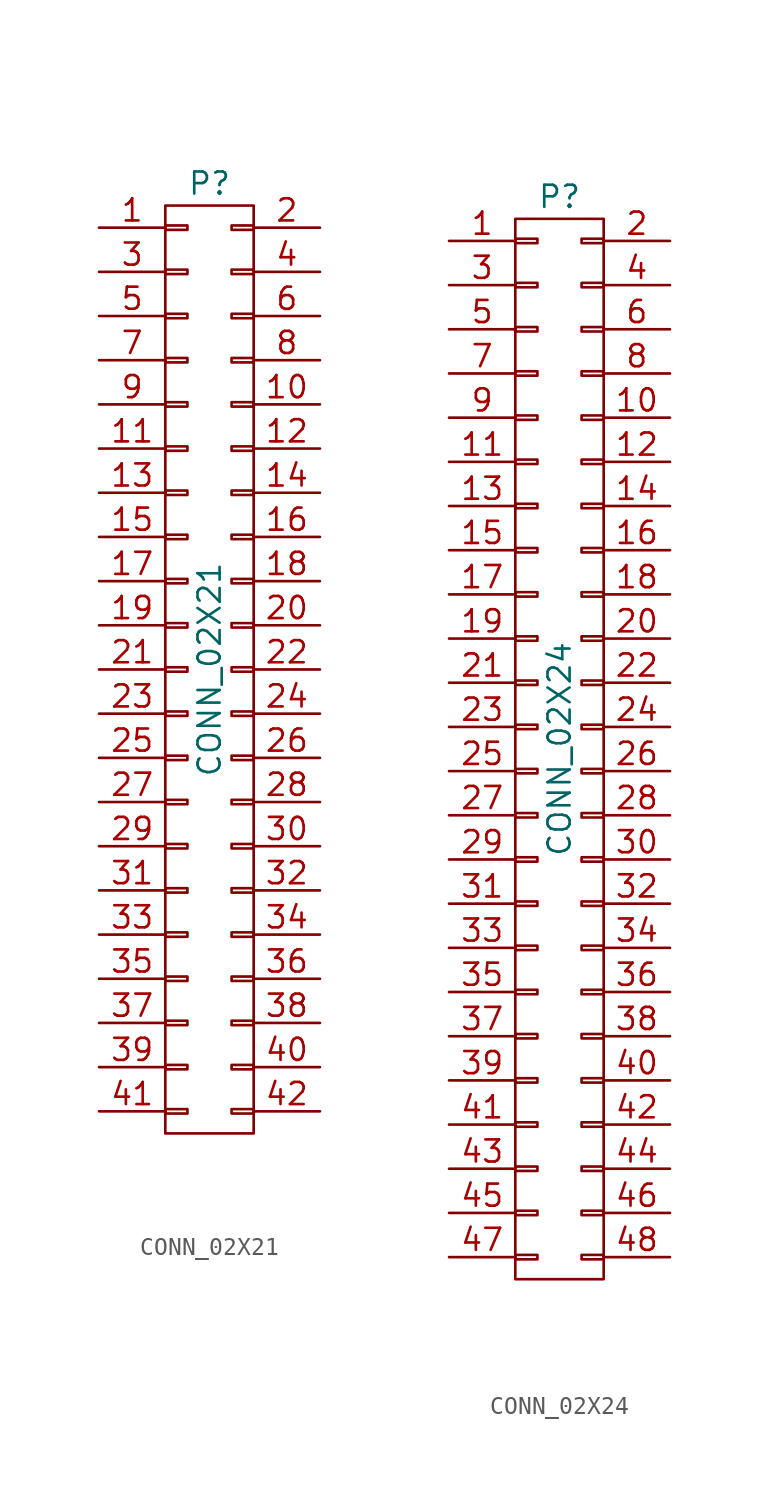
<source format=kicad_sym>
(kicad_symbol_lib
  (version 20211014)
  (generator kicad_symbol_editor)
  (symbol "CONN_02X21"
    (pin_names
      (offset 0.025) hide)
    (property "Reference" "P"
      (at 0 27.94 0)
      (effects (font (size 1.27 1.27))))
    (property "Value" "CONN_02X21"
      (at 0 0 90)
      (effects (font (size 1.27 1.27))))
    (property "Footprint" ""
      (at 0 -24.13 0)
      (effects (font (size 1.27 1.27))))
    (property "Datasheet" ""
      (at 0 -24.13 0)
      (effects (font (size 1.27 1.27))))
    (symbol "CONN_02X21_0_1"
      (rectangle (start -2.54 -25.273) (end -1.27 -25.527) (stroke (width 0) (type default) (color 0 0 0 0)) (fill (type none)))
      (rectangle (start -2.54 -22.733) (end -1.27 -22.987) (stroke (width 0) (type default) (color 0 0 0 0)) (fill (type none)))
      (rectangle (start -2.54 -20.193) (end -1.27 -20.447) (stroke (width 0) (type default) (color 0 0 0 0)) (fill (type none)))
      (rectangle (start -2.54 -17.653) (end -1.27 -17.907) (stroke (width 0) (type default) (color 0 0 0 0)) (fill (type none)))
      (rectangle (start -2.54 -15.113) (end -1.27 -15.367) (stroke (width 0) (type default) (color 0 0 0 0)) (fill (type none)))
      (rectangle (start -2.54 -12.573) (end -1.27 -12.827) (stroke (width 0) (type default) (color 0 0 0 0)) (fill (type none)))
      (rectangle (start -2.54 -10.033) (end -1.27 -10.287) (stroke (width 0) (type default) (color 0 0 0 0)) (fill (type none)))
      (rectangle (start -2.54 -7.493) (end -1.27 -7.747) (stroke (width 0) (type default) (color 0 0 0 0)) (fill (type none)))
      (rectangle (start -2.54 -4.953) (end -1.27 -5.207) (stroke (width 0) (type default) (color 0 0 0 0)) (fill (type none)))
      (rectangle (start -2.54 -2.413) (end -1.27 -2.667) (stroke (width 0) (type default) (color 0 0 0 0)) (fill (type none)))
      (rectangle (start -2.54 0.127) (end -1.27 -0.127) (stroke (width 0) (type default) (color 0 0 0 0)) (fill (type none)))
      (rectangle (start -2.54 2.667) (end -1.27 2.413) (stroke (width 0) (type default) (color 0 0 0 0)) (fill (type none)))
      (rectangle (start -2.54 5.207) (end -1.27 4.953) (stroke (width 0) (type default) (color 0 0 0 0)) (fill (type none)))
      (rectangle (start -2.54 7.747) (end -1.27 7.493) (stroke (width 0) (type default) (color 0 0 0 0)) (fill (type none)))
      (rectangle (start -2.54 10.287) (end -1.27 10.033) (stroke (width 0) (type default) (color 0 0 0 0)) (fill (type none)))
      (rectangle (start -2.54 12.827) (end -1.27 12.573) (stroke (width 0) (type default) (color 0 0 0 0)) (fill (type none)))
      (rectangle (start -2.54 15.367) (end -1.27 15.113) (stroke (width 0) (type default) (color 0 0 0 0)) (fill (type none)))
      (rectangle (start -2.54 17.907) (end -1.27 17.653) (stroke (width 0) (type default) (color 0 0 0 0)) (fill (type none)))
      (rectangle (start -2.54 20.447) (end -1.27 20.193) (stroke (width 0) (type default) (color 0 0 0 0)) (fill (type none)))
      (rectangle (start -2.54 22.987) (end -1.27 22.733) (stroke (width 0) (type default) (color 0 0 0 0)) (fill (type none)))
      (rectangle (start -2.54 25.527) (end -1.27 25.273) (stroke (width 0) (type default) (color 0 0 0 0)) (fill (type none)))
      (rectangle (start -2.54 26.67) (end 2.54 -26.67) (stroke (width 0) (type default) (color 0 0 0 0)) (fill (type none)))
      (rectangle (start 1.27 -25.273) (end 2.54 -25.527) (stroke (width 0) (type default) (color 0 0 0 0)) (fill (type none)))
      (rectangle (start 1.27 -22.733) (end 2.54 -22.987) (stroke (width 0) (type default) (color 0 0 0 0)) (fill (type none)))
      (rectangle (start 1.27 -20.193) (end 2.54 -20.447) (stroke (width 0) (type default) (color 0 0 0 0)) (fill (type none)))
      (rectangle (start 1.27 -17.653) (end 2.54 -17.907) (stroke (width 0) (type default) (color 0 0 0 0)) (fill (type none)))
      (rectangle (start 1.27 -15.113) (end 2.54 -15.367) (stroke (width 0) (type default) (color 0 0 0 0)) (fill (type none)))
      (rectangle (start 1.27 -12.573) (end 2.54 -12.827) (stroke (width 0) (type default) (color 0 0 0 0)) (fill (type none)))
      (rectangle (start 1.27 -10.033) (end 2.54 -10.287) (stroke (width 0) (type default) (color 0 0 0 0)) (fill (type none)))
      (rectangle (start 1.27 -7.493) (end 2.54 -7.747) (stroke (width 0) (type default) (color 0 0 0 0)) (fill (type none)))
      (rectangle (start 1.27 -4.953) (end 2.54 -5.207) (stroke (width 0) (type default) (color 0 0 0 0)) (fill (type none)))
      (rectangle (start 1.27 -2.413) (end 2.54 -2.667) (stroke (width 0) (type default) (color 0 0 0 0)) (fill (type none)))
      (rectangle (start 1.27 0.127) (end 2.54 -0.127) (stroke (width 0) (type default) (color 0 0 0 0)) (fill (type none)))
      (rectangle (start 1.27 2.667) (end 2.54 2.413) (stroke (width 0) (type default) (color 0 0 0 0)) (fill (type none)))
      (rectangle (start 1.27 5.207) (end 2.54 4.953) (stroke (width 0) (type default) (color 0 0 0 0)) (fill (type none)))
      (rectangle (start 1.27 7.747) (end 2.54 7.493) (stroke (width 0) (type default) (color 0 0 0 0)) (fill (type none)))
      (rectangle (start 1.27 10.287) (end 2.54 10.033) (stroke (width 0) (type default) (color 0 0 0 0)) (fill (type none)))
      (rectangle (start 1.27 12.827) (end 2.54 12.573) (stroke (width 0) (type default) (color 0 0 0 0)) (fill (type none)))
      (rectangle (start 1.27 15.367) (end 2.54 15.113) (stroke (width 0) (type default) (color 0 0 0 0)) (fill (type none)))
      (rectangle (start 1.27 17.907) (end 2.54 17.653) (stroke (width 0) (type default) (color 0 0 0 0)) (fill (type none)))
      (rectangle (start 1.27 20.447) (end 2.54 20.193) (stroke (width 0) (type default) (color 0 0 0 0)) (fill (type none)))
      (rectangle (start 1.27 22.987) (end 2.54 22.733) (stroke (width 0) (type default) (color 0 0 0 0)) (fill (type none)))
      (rectangle (start 1.27 25.527) (end 2.54 25.273) (stroke (width 0) (type default) (color 0 0 0 0)) (fill (type none))))
    (symbol "CONN_02X21_1_1"
      (pin passive line (at -6.35 25.4 0) (length 3.81) (name "P1" (effects (font (size 1.27 1.27)))) (number "1" (effects (font (size 1.27 1.27)))))
      (pin passive line (at 6.35 15.24 180) (length 3.81) (name "P10" (effects (font (size 1.27 1.27)))) (number "10" (effects (font (size 1.27 1.27)))))
      (pin passive line (at -6.35 12.7 0) (length 3.81) (name "P11" (effects (font (size 1.27 1.27)))) (number "11" (effects (font (size 1.27 1.27)))))
      (pin passive line (at 6.35 12.7 180) (length 3.81) (name "P12" (effects (font (size 1.27 1.27)))) (number "12" (effects (font (size 1.27 1.27)))))
      (pin passive line (at -6.35 10.16 0) (length 3.81) (name "P13" (effects (font (size 1.27 1.27)))) (number "13" (effects (font (size 1.27 1.27)))))
      (pin passive line (at 6.35 10.16 180) (length 3.81) (name "P14" (effects (font (size 1.27 1.27)))) (number "14" (effects (font (size 1.27 1.27)))))
      (pin passive line (at -6.35 7.62 0) (length 3.81) (name "P15" (effects (font (size 1.27 1.27)))) (number "15" (effects (font (size 1.27 1.27)))))
      (pin passive line (at 6.35 7.62 180) (length 3.81) (name "P16" (effects (font (size 1.27 1.27)))) (number "16" (effects (font (size 1.27 1.27)))))
      (pin passive line (at -6.35 5.08 0) (length 3.81) (name "P17" (effects (font (size 1.27 1.27)))) (number "17" (effects (font (size 1.27 1.27)))))
      (pin passive line (at 6.35 5.08 180) (length 3.81) (name "P18" (effects (font (size 1.27 1.27)))) (number "18" (effects (font (size 1.27 1.27)))))
      (pin passive line (at -6.35 2.54 0) (length 3.81) (name "P19" (effects (font (size 1.27 1.27)))) (number "19" (effects (font (size 1.27 1.27)))))
      (pin passive line (at 6.35 25.4 180) (length 3.81) (name "P2" (effects (font (size 1.27 1.27)))) (number "2" (effects (font (size 1.27 1.27)))))
      (pin passive line (at 6.35 2.54 180) (length 3.81) (name "P20" (effects (font (size 1.27 1.27)))) (number "20" (effects (font (size 1.27 1.27)))))
      (pin passive line (at -6.35 0 0) (length 3.81) (name "P21" (effects (font (size 1.27 1.27)))) (number "21" (effects (font (size 1.27 1.27)))))
      (pin passive line (at 6.35 0 180) (length 3.81) (name "P22" (effects (font (size 1.27 1.27)))) (number "22" (effects (font (size 1.27 1.27)))))
      (pin passive line (at -6.35 -2.54 0) (length 3.81) (name "P23" (effects (font (size 1.27 1.27)))) (number "23" (effects (font (size 1.27 1.27)))))
      (pin passive line (at 6.35 -2.54 180) (length 3.81) (name "P24" (effects (font (size 1.27 1.27)))) (number "24" (effects (font (size 1.27 1.27)))))
      (pin passive line (at -6.35 -5.08 0) (length 3.81) (name "P25" (effects (font (size 1.27 1.27)))) (number "25" (effects (font (size 1.27 1.27)))))
      (pin passive line (at 6.35 -5.08 180) (length 3.81) (name "P26" (effects (font (size 1.27 1.27)))) (number "26" (effects (font (size 1.27 1.27)))))
      (pin passive line (at -6.35 -7.62 0) (length 3.81) (name "P27" (effects (font (size 1.27 1.27)))) (number "27" (effects (font (size 1.27 1.27)))))
      (pin passive line (at 6.35 -7.62 180) (length 3.81) (name "P28" (effects (font (size 1.27 1.27)))) (number "28" (effects (font (size 1.27 1.27)))))
      (pin passive line (at -6.35 -10.16 0) (length 3.81) (name "P29" (effects (font (size 1.27 1.27)))) (number "29" (effects (font (size 1.27 1.27)))))
      (pin passive line (at -6.35 22.86 0) (length 3.81) (name "P3" (effects (font (size 1.27 1.27)))) (number "3" (effects (font (size 1.27 1.27)))))
      (pin passive line (at 6.35 -10.16 180) (length 3.81) (name "P30" (effects (font (size 1.27 1.27)))) (number "30" (effects (font (size 1.27 1.27)))))
      (pin passive line (at -6.35 -12.7 0) (length 3.81) (name "P31" (effects (font (size 1.27 1.27)))) (number "31" (effects (font (size 1.27 1.27)))))
      (pin passive line (at 6.35 -12.7 180) (length 3.81) (name "P32" (effects (font (size 1.27 1.27)))) (number "32" (effects (font (size 1.27 1.27)))))
      (pin passive line (at -6.35 -15.24 0) (length 3.81) (name "P33" (effects (font (size 1.27 1.27)))) (number "33" (effects (font (size 1.27 1.27)))))
      (pin passive line (at 6.35 -15.24 180) (length 3.81) (name "P34" (effects (font (size 1.27 1.27)))) (number "34" (effects (font (size 1.27 1.27)))))
      (pin passive line (at -6.35 -17.78 0) (length 3.81) (name "P35" (effects (font (size 1.27 1.27)))) (number "35" (effects (font (size 1.27 1.27)))))
      (pin passive line (at 6.35 -17.78 180) (length 3.81) (name "P36" (effects (font (size 1.27 1.27)))) (number "36" (effects (font (size 1.27 1.27)))))
      (pin passive line (at -6.35 -20.32 0) (length 3.81) (name "P37" (effects (font (size 1.27 1.27)))) (number "37" (effects (font (size 1.27 1.27)))))
      (pin passive line (at 6.35 -20.32 180) (length 3.81) (name "P38" (effects (font (size 1.27 1.27)))) (number "38" (effects (font (size 1.27 1.27)))))
      (pin passive line (at -6.35 -22.86 0) (length 3.81) (name "P39" (effects (font (size 1.27 1.27)))) (number "39" (effects (font (size 1.27 1.27)))))
      (pin passive line (at 6.35 22.86 180) (length 3.81) (name "P4" (effects (font (size 1.27 1.27)))) (number "4" (effects (font (size 1.27 1.27)))))
      (pin passive line (at 6.35 -22.86 180) (length 3.81) (name "P40" (effects (font (size 1.27 1.27)))) (number "40" (effects (font (size 1.27 1.27)))))
      (pin passive line (at -6.35 -25.4 0) (length 3.81) (name "P41" (effects (font (size 1.27 1.27)))) (number "41" (effects (font (size 1.27 1.27)))))
      (pin passive line (at 6.35 -25.4 180) (length 3.81) (name "P42" (effects (font (size 1.27 1.27)))) (number "42" (effects (font (size 1.27 1.27)))))
      (pin passive line (at -6.35 20.32 0) (length 3.81) (name "P5" (effects (font (size 1.27 1.27)))) (number "5" (effects (font (size 1.27 1.27)))))
      (pin passive line (at 6.35 20.32 180) (length 3.81) (name "P6" (effects (font (size 1.27 1.27)))) (number "6" (effects (font (size 1.27 1.27)))))
      (pin passive line (at -6.35 17.78 0) (length 3.81) (name "P7" (effects (font (size 1.27 1.27)))) (number "7" (effects (font (size 1.27 1.27)))))
      (pin passive line (at 6.35 17.78 180) (length 3.81) (name "P8" (effects (font (size 1.27 1.27)))) (number "8" (effects (font (size 1.27 1.27)))))
      (pin passive line (at -6.35 15.24 0) (length 3.81) (name "P9" (effects (font (size 1.27 1.27)))) (number "9" (effects (font (size 1.27 1.27)))))))
  (symbol "CONN_02X24"
    (pin_names
      (offset 0.025) hide)
    (property "Reference" "P"
      (at 0 31.75 0)
      (effects (font (size 1.27 1.27))))
    (property "Value" "CONN_02X24"
      (at 0 0 90)
      (effects (font (size 1.27 1.27))))
    (property "Footprint" ""
      (at 0 -20.32 0)
      (effects (font (size 1.27 1.27))))
    (property "Datasheet" ""
      (at 0 -20.32 0)
      (effects (font (size 1.27 1.27))))
    (symbol "CONN_02X24_0_1"
      (rectangle (start -2.54 -29.083) (end -1.27 -29.337) (stroke (width 0) (type default) (color 0 0 0 0)) (fill (type none)))
      (rectangle (start -2.54 -26.543) (end -1.27 -26.797) (stroke (width 0) (type default) (color 0 0 0 0)) (fill (type none)))
      (rectangle (start -2.54 -24.003) (end -1.27 -24.257) (stroke (width 0) (type default) (color 0 0 0 0)) (fill (type none)))
      (rectangle (start -2.54 -21.463) (end -1.27 -21.717) (stroke (width 0) (type default) (color 0 0 0 0)) (fill (type none)))
      (rectangle (start -2.54 -18.923) (end -1.27 -19.177) (stroke (width 0) (type default) (color 0 0 0 0)) (fill (type none)))
      (rectangle (start -2.54 -16.383) (end -1.27 -16.637) (stroke (width 0) (type default) (color 0 0 0 0)) (fill (type none)))
      (rectangle (start -2.54 -13.843) (end -1.27 -14.097) (stroke (width 0) (type default) (color 0 0 0 0)) (fill (type none)))
      (rectangle (start -2.54 -11.303) (end -1.27 -11.557) (stroke (width 0) (type default) (color 0 0 0 0)) (fill (type none)))
      (rectangle (start -2.54 -8.763) (end -1.27 -9.017) (stroke (width 0) (type default) (color 0 0 0 0)) (fill (type none)))
      (rectangle (start -2.54 -6.223) (end -1.27 -6.477) (stroke (width 0) (type default) (color 0 0 0 0)) (fill (type none)))
      (rectangle (start -2.54 -3.683) (end -1.27 -3.937) (stroke (width 0) (type default) (color 0 0 0 0)) (fill (type none)))
      (rectangle (start -2.54 -1.143) (end -1.27 -1.397) (stroke (width 0) (type default) (color 0 0 0 0)) (fill (type none)))
      (rectangle (start -2.54 1.397) (end -1.27 1.143) (stroke (width 0) (type default) (color 0 0 0 0)) (fill (type none)))
      (rectangle (start -2.54 3.937) (end -1.27 3.683) (stroke (width 0) (type default) (color 0 0 0 0)) (fill (type none)))
      (rectangle (start -2.54 6.477) (end -1.27 6.223) (stroke (width 0) (type default) (color 0 0 0 0)) (fill (type none)))
      (rectangle (start -2.54 9.017) (end -1.27 8.763) (stroke (width 0) (type default) (color 0 0 0 0)) (fill (type none)))
      (rectangle (start -2.54 11.557) (end -1.27 11.303) (stroke (width 0) (type default) (color 0 0 0 0)) (fill (type none)))
      (rectangle (start -2.54 14.097) (end -1.27 13.843) (stroke (width 0) (type default) (color 0 0 0 0)) (fill (type none)))
      (rectangle (start -2.54 16.637) (end -1.27 16.383) (stroke (width 0) (type default) (color 0 0 0 0)) (fill (type none)))
      (rectangle (start -2.54 19.177) (end -1.27 18.923) (stroke (width 0) (type default) (color 0 0 0 0)) (fill (type none)))
      (rectangle (start -2.54 21.717) (end -1.27 21.463) (stroke (width 0) (type default) (color 0 0 0 0)) (fill (type none)))
      (rectangle (start -2.54 24.257) (end -1.27 24.003) (stroke (width 0) (type default) (color 0 0 0 0)) (fill (type none)))
      (rectangle (start -2.54 26.797) (end -1.27 26.543) (stroke (width 0) (type default) (color 0 0 0 0)) (fill (type none)))
      (rectangle (start -2.54 29.337) (end -1.27 29.083) (stroke (width 0) (type default) (color 0 0 0 0)) (fill (type none)))
      (rectangle (start -2.54 30.48) (end 2.54 -30.48) (stroke (width 0) (type default) (color 0 0 0 0)) (fill (type none)))
      (rectangle (start 1.27 -29.083) (end 2.54 -29.337) (stroke (width 0) (type default) (color 0 0 0 0)) (fill (type none)))
      (rectangle (start 1.27 -26.543) (end 2.54 -26.797) (stroke (width 0) (type default) (color 0 0 0 0)) (fill (type none)))
      (rectangle (start 1.27 -24.003) (end 2.54 -24.257) (stroke (width 0) (type default) (color 0 0 0 0)) (fill (type none)))
      (rectangle (start 1.27 -21.463) (end 2.54 -21.717) (stroke (width 0) (type default) (color 0 0 0 0)) (fill (type none)))
      (rectangle (start 1.27 -18.923) (end 2.54 -19.177) (stroke (width 0) (type default) (color 0 0 0 0)) (fill (type none)))
      (rectangle (start 1.27 -16.383) (end 2.54 -16.637) (stroke (width 0) (type default) (color 0 0 0 0)) (fill (type none)))
      (rectangle (start 1.27 -13.843) (end 2.54 -14.097) (stroke (width 0) (type default) (color 0 0 0 0)) (fill (type none)))
      (rectangle (start 1.27 -11.303) (end 2.54 -11.557) (stroke (width 0) (type default) (color 0 0 0 0)) (fill (type none)))
      (rectangle (start 1.27 -8.763) (end 2.54 -9.017) (stroke (width 0) (type default) (color 0 0 0 0)) (fill (type none)))
      (rectangle (start 1.27 -6.223) (end 2.54 -6.477) (stroke (width 0) (type default) (color 0 0 0 0)) (fill (type none)))
      (rectangle (start 1.27 -3.683) (end 2.54 -3.937) (stroke (width 0) (type default) (color 0 0 0 0)) (fill (type none)))
      (rectangle (start 1.27 -1.143) (end 2.54 -1.397) (stroke (width 0) (type default) (color 0 0 0 0)) (fill (type none)))
      (rectangle (start 1.27 1.397) (end 2.54 1.143) (stroke (width 0) (type default) (color 0 0 0 0)) (fill (type none)))
      (rectangle (start 1.27 3.937) (end 2.54 3.683) (stroke (width 0) (type default) (color 0 0 0 0)) (fill (type none)))
      (rectangle (start 1.27 6.477) (end 2.54 6.223) (stroke (width 0) (type default) (color 0 0 0 0)) (fill (type none)))
      (rectangle (start 1.27 9.017) (end 2.54 8.763) (stroke (width 0) (type default) (color 0 0 0 0)) (fill (type none)))
      (rectangle (start 1.27 11.557) (end 2.54 11.303) (stroke (width 0) (type default) (color 0 0 0 0)) (fill (type none)))
      (rectangle (start 1.27 14.097) (end 2.54 13.843) (stroke (width 0) (type default) (color 0 0 0 0)) (fill (type none)))
      (rectangle (start 1.27 16.637) (end 2.54 16.383) (stroke (width 0) (type default) (color 0 0 0 0)) (fill (type none)))
      (rectangle (start 1.27 19.177) (end 2.54 18.923) (stroke (width 0) (type default) (color 0 0 0 0)) (fill (type none)))
      (rectangle (start 1.27 21.717) (end 2.54 21.463) (stroke (width 0) (type default) (color 0 0 0 0)) (fill (type none)))
      (rectangle (start 1.27 24.257) (end 2.54 24.003) (stroke (width 0) (type default) (color 0 0 0 0)) (fill (type none)))
      (rectangle (start 1.27 26.797) (end 2.54 26.543) (stroke (width 0) (type default) (color 0 0 0 0)) (fill (type none)))
      (rectangle (start 1.27 29.337) (end 2.54 29.083) (stroke (width 0) (type default) (color 0 0 0 0)) (fill (type none))))
    (symbol "CONN_02X24_1_1"
      (pin passive line (at -6.35 29.21 0) (length 3.81) (name "P1" (effects (font (size 1.27 1.27)))) (number "1" (effects (font (size 1.27 1.27)))))
      (pin passive line (at 6.35 19.05 180) (length 3.81) (name "P10" (effects (font (size 1.27 1.27)))) (number "10" (effects (font (size 1.27 1.27)))))
      (pin passive line (at -6.35 16.51 0) (length 3.81) (name "P11" (effects (font (size 1.27 1.27)))) (number "11" (effects (font (size 1.27 1.27)))))
      (pin passive line (at 6.35 16.51 180) (length 3.81) (name "P12" (effects (font (size 1.27 1.27)))) (number "12" (effects (font (size 1.27 1.27)))))
      (pin passive line (at -6.35 13.97 0) (length 3.81) (name "P13" (effects (font (size 1.27 1.27)))) (number "13" (effects (font (size 1.27 1.27)))))
      (pin passive line (at 6.35 13.97 180) (length 3.81) (name "P14" (effects (font (size 1.27 1.27)))) (number "14" (effects (font (size 1.27 1.27)))))
      (pin passive line (at -6.35 11.43 0) (length 3.81) (name "P15" (effects (font (size 1.27 1.27)))) (number "15" (effects (font (size 1.27 1.27)))))
      (pin passive line (at 6.35 11.43 180) (length 3.81) (name "P16" (effects (font (size 1.27 1.27)))) (number "16" (effects (font (size 1.27 1.27)))))
      (pin passive line (at -6.35 8.89 0) (length 3.81) (name "P17" (effects (font (size 1.27 1.27)))) (number "17" (effects (font (size 1.27 1.27)))))
      (pin passive line (at 6.35 8.89 180) (length 3.81) (name "P18" (effects (font (size 1.27 1.27)))) (number "18" (effects (font (size 1.27 1.27)))))
      (pin passive line (at -6.35 6.35 0) (length 3.81) (name "P19" (effects (font (size 1.27 1.27)))) (number "19" (effects (font (size 1.27 1.27)))))
      (pin passive line (at 6.35 29.21 180) (length 3.81) (name "P2" (effects (font (size 1.27 1.27)))) (number "2" (effects (font (size 1.27 1.27)))))
      (pin passive line (at 6.35 6.35 180) (length 3.81) (name "P20" (effects (font (size 1.27 1.27)))) (number "20" (effects (font (size 1.27 1.27)))))
      (pin passive line (at -6.35 3.81 0) (length 3.81) (name "P21" (effects (font (size 1.27 1.27)))) (number "21" (effects (font (size 1.27 1.27)))))
      (pin passive line (at 6.35 3.81 180) (length 3.81) (name "P22" (effects (font (size 1.27 1.27)))) (number "22" (effects (font (size 1.27 1.27)))))
      (pin passive line (at -6.35 1.27 0) (length 3.81) (name "P23" (effects (font (size 1.27 1.27)))) (number "23" (effects (font (size 1.27 1.27)))))
      (pin passive line (at 6.35 1.27 180) (length 3.81) (name "P24" (effects (font (size 1.27 1.27)))) (number "24" (effects (font (size 1.27 1.27)))))
      (pin passive line (at -6.35 -1.27 0) (length 3.81) (name "P25" (effects (font (size 1.27 1.27)))) (number "25" (effects (font (size 1.27 1.27)))))
      (pin passive line (at 6.35 -1.27 180) (length 3.81) (name "P26" (effects (font (size 1.27 1.27)))) (number "26" (effects (font (size 1.27 1.27)))))
      (pin passive line (at -6.35 -3.81 0) (length 3.81) (name "P27" (effects (font (size 1.27 1.27)))) (number "27" (effects (font (size 1.27 1.27)))))
      (pin passive line (at 6.35 -3.81 180) (length 3.81) (name "P28" (effects (font (size 1.27 1.27)))) (number "28" (effects (font (size 1.27 1.27)))))
      (pin passive line (at -6.35 -6.35 0) (length 3.81) (name "P29" (effects (font (size 1.27 1.27)))) (number "29" (effects (font (size 1.27 1.27)))))
      (pin passive line (at -6.35 26.67 0) (length 3.81) (name "P3" (effects (font (size 1.27 1.27)))) (number "3" (effects (font (size 1.27 1.27)))))
      (pin passive line (at 6.35 -6.35 180) (length 3.81) (name "P30" (effects (font (size 1.27 1.27)))) (number "30" (effects (font (size 1.27 1.27)))))
      (pin passive line (at -6.35 -8.89 0) (length 3.81) (name "P31" (effects (font (size 1.27 1.27)))) (number "31" (effects (font (size 1.27 1.27)))))
      (pin passive line (at 6.35 -8.89 180) (length 3.81) (name "P32" (effects (font (size 1.27 1.27)))) (number "32" (effects (font (size 1.27 1.27)))))
      (pin passive line (at -6.35 -11.43 0) (length 3.81) (name "P33" (effects (font (size 1.27 1.27)))) (number "33" (effects (font (size 1.27 1.27)))))
      (pin passive line (at 6.35 -11.43 180) (length 3.81) (name "P34" (effects (font (size 1.27 1.27)))) (number "34" (effects (font (size 1.27 1.27)))))
      (pin passive line (at -6.35 -13.97 0) (length 3.81) (name "P35" (effects (font (size 1.27 1.27)))) (number "35" (effects (font (size 1.27 1.27)))))
      (pin passive line (at 6.35 -13.97 180) (length 3.81) (name "P36" (effects (font (size 1.27 1.27)))) (number "36" (effects (font (size 1.27 1.27)))))
      (pin passive line (at -6.35 -16.51 0) (length 3.81) (name "P37" (effects (font (size 1.27 1.27)))) (number "37" (effects (font (size 1.27 1.27)))))
      (pin passive line (at 6.35 -16.51 180) (length 3.81) (name "P38" (effects (font (size 1.27 1.27)))) (number "38" (effects (font (size 1.27 1.27)))))
      (pin passive line (at -6.35 -19.05 0) (length 3.81) (name "P39" (effects (font (size 1.27 1.27)))) (number "39" (effects (font (size 1.27 1.27)))))
      (pin passive line (at 6.35 26.67 180) (length 3.81) (name "P4" (effects (font (size 1.27 1.27)))) (number "4" (effects (font (size 1.27 1.27)))))
      (pin passive line (at 6.35 -19.05 180) (length 3.81) (name "P40" (effects (font (size 1.27 1.27)))) (number "40" (effects (font (size 1.27 1.27)))))
      (pin passive line (at -6.35 -21.59 0) (length 3.81) (name "P41" (effects (font (size 1.27 1.27)))) (number "41" (effects (font (size 1.27 1.27)))))
      (pin passive line (at 6.35 -21.59 180) (length 3.81) (name "P42" (effects (font (size 1.27 1.27)))) (number "42" (effects (font (size 1.27 1.27)))))
      (pin passive line (at -6.35 -24.13 0) (length 3.81) (name "P43" (effects (font (size 1.27 1.27)))) (number "43" (effects (font (size 1.27 1.27)))))
      (pin passive line (at 6.35 -24.13 180) (length 3.81) (name "P44" (effects (font (size 1.27 1.27)))) (number "44" (effects (font (size 1.27 1.27)))))
      (pin passive line (at -6.35 -26.67 0) (length 3.81) (name "P45" (effects (font (size 1.27 1.27)))) (number "45" (effects (font (size 1.27 1.27)))))
      (pin passive line (at 6.35 -26.67 180) (length 3.81) (name "P46" (effects (font (size 1.27 1.27)))) (number "46" (effects (font (size 1.27 1.27)))))
      (pin passive line (at -6.35 -29.21 0) (length 3.81) (name "P47" (effects (font (size 1.27 1.27)))) (number "47" (effects (font (size 1.27 1.27)))))
      (pin passive line (at 6.35 -29.21 180) (length 3.81) (name "P48" (effects (font (size 1.27 1.27)))) (number "48" (effects (font (size 1.27 1.27)))))
      (pin passive line (at -6.35 24.13 0) (length 3.81) (name "P5" (effects (font (size 1.27 1.27)))) (number "5" (effects (font (size 1.27 1.27)))))
      (pin passive line (at 6.35 24.13 180) (length 3.81) (name "P6" (effects (font (size 1.27 1.27)))) (number "6" (effects (font (size 1.27 1.27)))))
      (pin passive line (at -6.35 21.59 0) (length 3.81) (name "P7" (effects (font (size 1.27 1.27)))) (number "7" (effects (font (size 1.27 1.27)))))
      (pin passive line (at 6.35 21.59 180) (length 3.81) (name "P8" (effects (font (size 1.27 1.27)))) (number "8" (effects (font (size 1.27 1.27)))))
      (pin passive line (at -6.35 19.05 0) (length 3.81) (name "P9" (effects (font (size 1.27 1.27)))) (number "9" (effects (font (size 1.27 1.27))))))))
</source>
